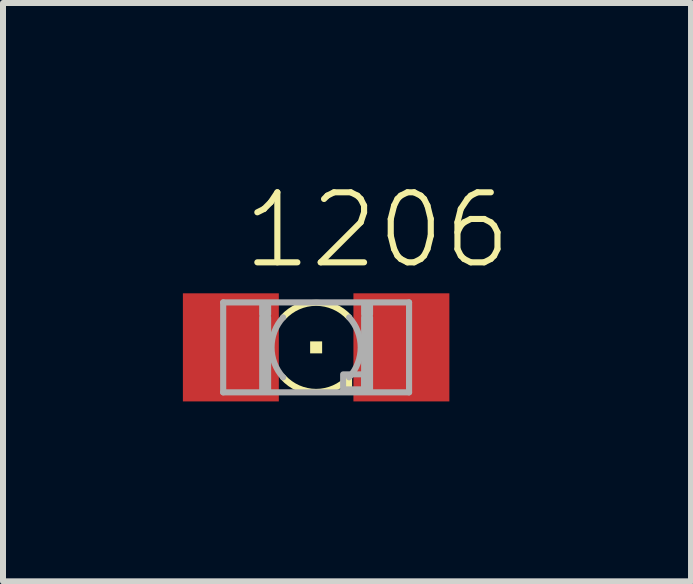
<source format=kicad_pcb>
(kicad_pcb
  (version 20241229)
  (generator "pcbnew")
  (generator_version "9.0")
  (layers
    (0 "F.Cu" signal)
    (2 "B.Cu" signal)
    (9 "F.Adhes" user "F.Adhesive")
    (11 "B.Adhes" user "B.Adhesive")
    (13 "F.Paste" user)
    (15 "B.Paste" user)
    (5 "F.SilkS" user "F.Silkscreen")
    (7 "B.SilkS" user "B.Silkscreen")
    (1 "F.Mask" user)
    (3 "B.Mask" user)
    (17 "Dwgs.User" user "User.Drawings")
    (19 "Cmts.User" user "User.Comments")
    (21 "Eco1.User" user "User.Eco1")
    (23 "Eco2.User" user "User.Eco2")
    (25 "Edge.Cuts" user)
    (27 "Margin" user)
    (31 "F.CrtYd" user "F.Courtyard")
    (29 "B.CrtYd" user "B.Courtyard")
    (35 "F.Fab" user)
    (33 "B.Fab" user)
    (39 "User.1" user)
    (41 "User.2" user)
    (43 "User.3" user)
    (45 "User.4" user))
  (footprint "1206"
    (layer "F.Cu")
    (at 2.222 2.743)
    (property "Reference" "1206" (at -1.27 -1.27 0) (layer "F.SilkS") (effects (font (size 1.168 1.168) (thickness 0.102)) (justify left bottom)))
    (fp_arc (start -0.55 -0.5) (mid 0 -0.743303) (end 0.55 -0.5) (stroke (width 0.1016) (type solid)) (layer "F.SilkS"))
    (fp_arc (start 0.55 0.5) (mid 0 0.743303) (end -0.55 0.5) (stroke (width 0.1016) (type solid)) (layer "F.SilkS"))
    (fp_poly (pts (xy -0.1 0.1) (xy 0.1 0.1) (xy 0.1 -0.1) (xy -0.1 -0.1)) (stroke (width 0) (type solid)) (fill yes) (layer "F.SilkS"))
    (fp_poly (pts (xy 0.45 0.7) (xy 0.6 0.7) (xy 0.6 0.45) (xy 0.45 0.45)) (stroke (width 0) (type solid)) (fill yes) (layer "F.SilkS"))
    (fp_line (start -1.55 -0.75) (end 1.55 -0.75) (stroke (width 0.102) (type solid)) (layer "F.Fab"))
    (fp_line (start -1.55 0.75) (end -1.55 -0.75) (stroke (width 0.102) (type solid)) (layer "F.Fab"))
    (fp_line (start 1.55 -0.75) (end 1.55 0.75) (stroke (width 0.102) (type solid)) (layer "F.Fab"))
    (fp_line (start 1.55 0.75) (end -1.55 0.75) (stroke (width 0.102) (type solid)) (layer "F.Fab"))
    (fp_arc (start -0.55 0.5) (mid -0.743303 0) (end -0.55 -0.5) (stroke (width 0.1016) (type solid)) (layer "F.Fab"))
    (fp_arc (start 0.55 -0.5) (mid 0.743303 0) (end 0.55 0.5) (stroke (width 0.1016) (type solid)) (layer "F.Fab"))
    (fp_poly (pts (xy -0.9 -0.55) (xy -0.8 -0.55) (xy -0.8 -0.7) (xy -0.9 -0.7)) (stroke (width 0.1) (type solid)) (fill no) (layer "F.Fab"))
    (fp_poly (pts (xy -0.9 0.7) (xy -0.8 0.7) (xy -0.8 -0.5) (xy -0.9 -0.5)) (stroke (width 0.1) (type solid)) (fill no) (layer "F.Fab"))
    (fp_poly (pts (xy 0.45 0.7) (xy 0.8 0.7) (xy 0.8 0.45) (xy 0.45 0.45)) (stroke (width 0.1) (type solid)) (fill no) (layer "F.Fab"))
    (fp_poly (pts (xy 0.8 -0.55) (xy 0.9 -0.55) (xy 0.9 -0.7) (xy 0.8 -0.7)) (stroke (width 0.1) (type solid)) (fill no) (layer "F.Fab"))
    (fp_poly (pts (xy 0.8 0.7) (xy 0.9 0.7) (xy 0.9 -0.5) (xy 0.8 -0.5)) (stroke (width 0.1) (type solid)) (fill no) (layer "F.Fab"))
    (pad "A" smd rect (at -1.422 0) (size 1.6 1.803) (layers "F.Cu" "F.Mask" "F.Paste"))
    (pad "C" smd rect (at 1.422 0) (size 1.6 1.803) (layers "F.Cu" "F.Mask" "F.Paste")))
  (gr_rect
    (start -3 -3)
    (end 8.474 6.645)
    (stroke (width 0.1) (type default))
    (fill no)
    (layer "Edge.Cuts")))
</source>
